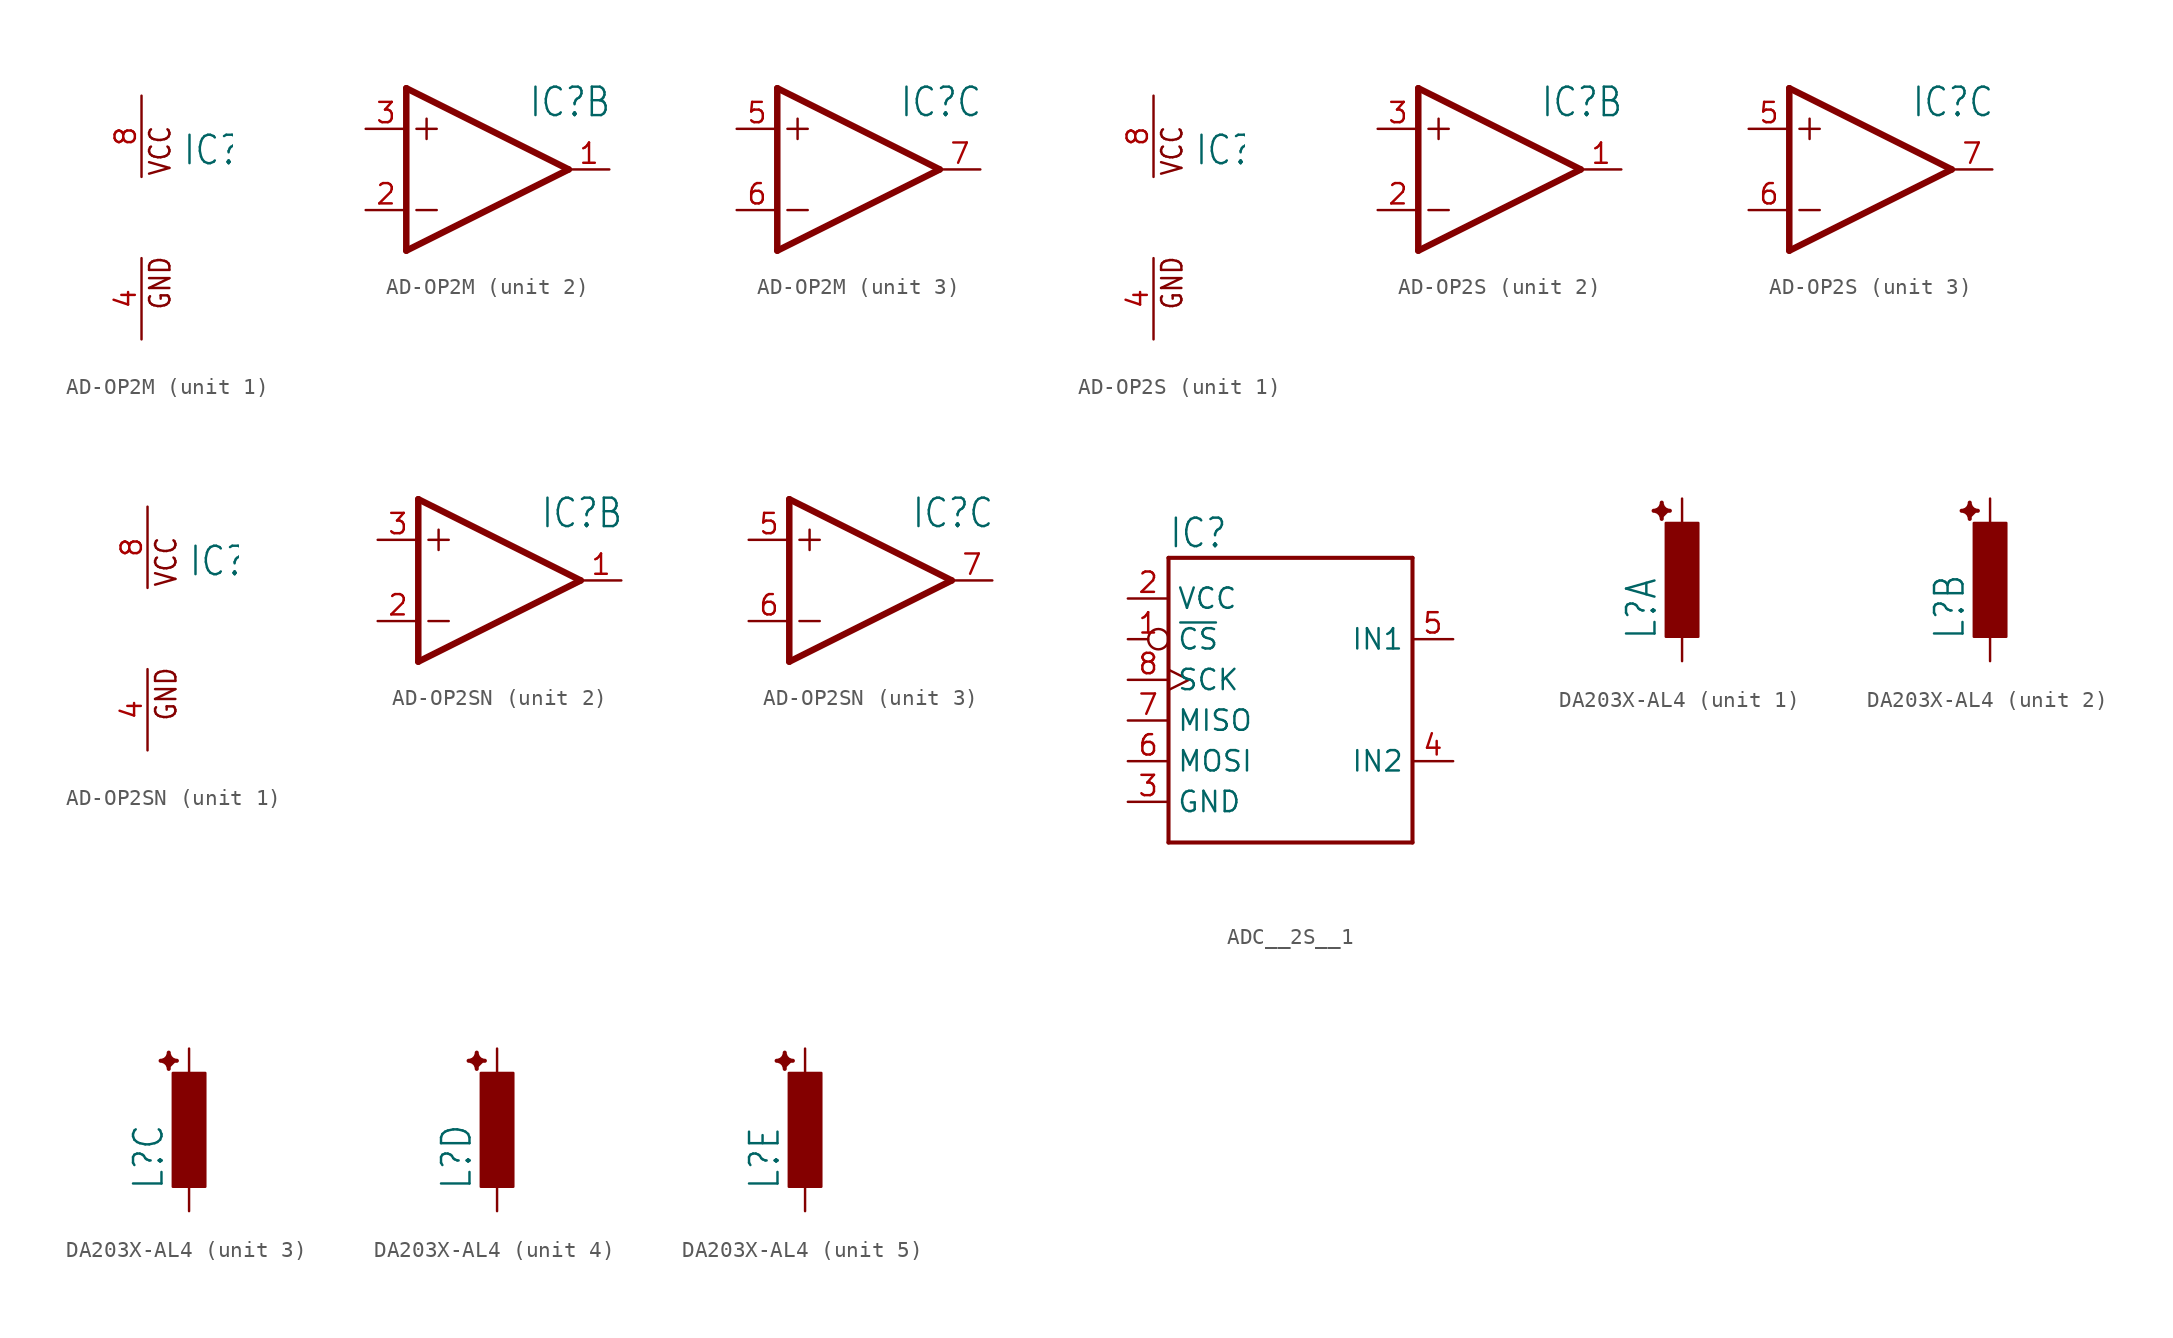
<source format=kicad_sym>
(kicad_symbol_lib
  (version 20220914)
  (generator kicad_symbol_editor)
  (symbol "AD-OP2M"
    (property "Reference" "IC"
      (at 2.54 3.175 0)
      (effects (font (size 1.778 1.511)) (justify left bottom)))
    (property "ki_locked" ""
      (at 0 0 0)
      (effects (font (size 1.27 1.27))))
    (symbol "AD-OP2M_1_0"
      (text "GND" (at 1.905 -5.842 900) (effects (font (size 1.27 1.079)) (justify left bottom)))
      (text "VCC" (at 1.905 2.54 900) (effects (font (size 1.27 1.079)) (justify left bottom)))
      (pin power_in line (at 0 -7.62 90) (length 5.08) (name "GND" (effects (font (size 0 0)))) (number "4" (effects (font (size 1.27 1.27)))))
      (pin power_in line (at 0 7.62 270) (length 5.08) (name "VCC" (effects (font (size 0 0)))) (number "8" (effects (font (size 1.27 1.27))))))
    (symbol "AD-OP2M_2_0"
      (polyline (pts (xy -5.08 -5.08) (xy 5.08 0)) (stroke (width 0.406) (type solid)) (fill (type none)))
      (polyline (pts (xy -5.08 5.08) (xy -5.08 -5.08)) (stroke (width 0.406) (type solid)) (fill (type none)))
      (polyline (pts (xy -4.445 -2.54) (xy -3.175 -2.54)) (stroke (width 0.152) (type solid)) (fill (type none)))
      (polyline (pts (xy -4.445 2.54) (xy -3.175 2.54)) (stroke (width 0.152) (type solid)) (fill (type none)))
      (polyline (pts (xy -3.81 3.175) (xy -3.81 1.905)) (stroke (width 0.152) (type solid)) (fill (type none)))
      (polyline (pts (xy 5.08 0) (xy -5.08 5.08)) (stroke (width 0.406) (type solid)) (fill (type none)))
      (pin output line (at 7.62 0 180) (length 2.54) (name "OUT" (effects (font (size 0 0)))) (number "1" (effects (font (size 1.27 1.27)))))
      (pin input line (at -7.62 -2.54 0) (length 2.54) (name "-IN" (effects (font (size 0 0)))) (number "2" (effects (font (size 1.27 1.27)))))
      (pin input line (at -7.62 2.54 0) (length 2.54) (name "+IN" (effects (font (size 0 0)))) (number "3" (effects (font (size 1.27 1.27))))))
    (symbol "AD-OP2M_3_0"
      (polyline (pts (xy -5.08 -5.08) (xy 5.08 0)) (stroke (width 0.406) (type solid)) (fill (type none)))
      (polyline (pts (xy -5.08 5.08) (xy -5.08 -5.08)) (stroke (width 0.406) (type solid)) (fill (type none)))
      (polyline (pts (xy -4.445 -2.54) (xy -3.175 -2.54)) (stroke (width 0.152) (type solid)) (fill (type none)))
      (polyline (pts (xy -4.445 2.54) (xy -3.175 2.54)) (stroke (width 0.152) (type solid)) (fill (type none)))
      (polyline (pts (xy -3.81 3.175) (xy -3.81 1.905)) (stroke (width 0.152) (type solid)) (fill (type none)))
      (polyline (pts (xy 5.08 0) (xy -5.08 5.08)) (stroke (width 0.406) (type solid)) (fill (type none)))
      (pin input line (at -7.62 2.54 0) (length 2.54) (name "+IN" (effects (font (size 0 0)))) (number "5" (effects (font (size 1.27 1.27)))))
      (pin input line (at -7.62 -2.54 0) (length 2.54) (name "-IN" (effects (font (size 0 0)))) (number "6" (effects (font (size 1.27 1.27)))))
      (pin output line (at 7.62 0 180) (length 2.54) (name "OUT" (effects (font (size 0 0)))) (number "7" (effects (font (size 1.27 1.27)))))))
  (symbol "AD-OP2S"
    (property "Reference" "IC"
      (at 2.54 3.175 0)
      (effects (font (size 1.778 1.511)) (justify left bottom)))
    (property "ki_locked" ""
      (at 0 0 0)
      (effects (font (size 1.27 1.27))))
    (symbol "AD-OP2S_1_0"
      (text "GND" (at 1.905 -5.842 900) (effects (font (size 1.27 1.079)) (justify left bottom)))
      (text "VCC" (at 1.905 2.54 900) (effects (font (size 1.27 1.079)) (justify left bottom)))
      (pin power_in line (at 0 -7.62 90) (length 5.08) (name "GND" (effects (font (size 0 0)))) (number "4" (effects (font (size 1.27 1.27)))))
      (pin power_in line (at 0 7.62 270) (length 5.08) (name "VCC" (effects (font (size 0 0)))) (number "8" (effects (font (size 1.27 1.27))))))
    (symbol "AD-OP2S_2_0"
      (polyline (pts (xy -5.08 -5.08) (xy 5.08 0)) (stroke (width 0.406) (type solid)) (fill (type none)))
      (polyline (pts (xy -5.08 5.08) (xy -5.08 -5.08)) (stroke (width 0.406) (type solid)) (fill (type none)))
      (polyline (pts (xy -4.445 -2.54) (xy -3.175 -2.54)) (stroke (width 0.152) (type solid)) (fill (type none)))
      (polyline (pts (xy -4.445 2.54) (xy -3.175 2.54)) (stroke (width 0.152) (type solid)) (fill (type none)))
      (polyline (pts (xy -3.81 3.175) (xy -3.81 1.905)) (stroke (width 0.152) (type solid)) (fill (type none)))
      (polyline (pts (xy 5.08 0) (xy -5.08 5.08)) (stroke (width 0.406) (type solid)) (fill (type none)))
      (pin output line (at 7.62 0 180) (length 2.54) (name "OUT" (effects (font (size 0 0)))) (number "1" (effects (font (size 1.27 1.27)))))
      (pin input line (at -7.62 -2.54 0) (length 2.54) (name "-IN" (effects (font (size 0 0)))) (number "2" (effects (font (size 1.27 1.27)))))
      (pin input line (at -7.62 2.54 0) (length 2.54) (name "+IN" (effects (font (size 0 0)))) (number "3" (effects (font (size 1.27 1.27))))))
    (symbol "AD-OP2S_3_0"
      (polyline (pts (xy -5.08 -5.08) (xy 5.08 0)) (stroke (width 0.406) (type solid)) (fill (type none)))
      (polyline (pts (xy -5.08 5.08) (xy -5.08 -5.08)) (stroke (width 0.406) (type solid)) (fill (type none)))
      (polyline (pts (xy -4.445 -2.54) (xy -3.175 -2.54)) (stroke (width 0.152) (type solid)) (fill (type none)))
      (polyline (pts (xy -4.445 2.54) (xy -3.175 2.54)) (stroke (width 0.152) (type solid)) (fill (type none)))
      (polyline (pts (xy -3.81 3.175) (xy -3.81 1.905)) (stroke (width 0.152) (type solid)) (fill (type none)))
      (polyline (pts (xy 5.08 0) (xy -5.08 5.08)) (stroke (width 0.406) (type solid)) (fill (type none)))
      (pin input line (at -7.62 2.54 0) (length 2.54) (name "+IN" (effects (font (size 0 0)))) (number "5" (effects (font (size 1.27 1.27)))))
      (pin input line (at -7.62 -2.54 0) (length 2.54) (name "-IN" (effects (font (size 0 0)))) (number "6" (effects (font (size 1.27 1.27)))))
      (pin output line (at 7.62 0 180) (length 2.54) (name "OUT" (effects (font (size 0 0)))) (number "7" (effects (font (size 1.27 1.27)))))))
  (symbol "AD-OP2SN"
    (property "Reference" "IC"
      (at 2.54 3.175 0)
      (effects (font (size 1.778 1.511)) (justify left bottom)))
    (property "ki_locked" ""
      (at 0 0 0)
      (effects (font (size 1.27 1.27))))
    (symbol "AD-OP2SN_1_0"
      (text "GND" (at 1.905 -5.842 900) (effects (font (size 1.27 1.079)) (justify left bottom)))
      (text "VCC" (at 1.905 2.54 900) (effects (font (size 1.27 1.079)) (justify left bottom)))
      (pin power_in line (at 0 -7.62 90) (length 5.08) (name "GND" (effects (font (size 0 0)))) (number "4" (effects (font (size 1.27 1.27)))))
      (pin power_in line (at 0 7.62 270) (length 5.08) (name "VCC" (effects (font (size 0 0)))) (number "8" (effects (font (size 1.27 1.27))))))
    (symbol "AD-OP2SN_2_0"
      (polyline (pts (xy -5.08 -5.08) (xy 5.08 0)) (stroke (width 0.406) (type solid)) (fill (type none)))
      (polyline (pts (xy -5.08 5.08) (xy -5.08 -5.08)) (stroke (width 0.406) (type solid)) (fill (type none)))
      (polyline (pts (xy -4.445 -2.54) (xy -3.175 -2.54)) (stroke (width 0.152) (type solid)) (fill (type none)))
      (polyline (pts (xy -4.445 2.54) (xy -3.175 2.54)) (stroke (width 0.152) (type solid)) (fill (type none)))
      (polyline (pts (xy -3.81 3.175) (xy -3.81 1.905)) (stroke (width 0.152) (type solid)) (fill (type none)))
      (polyline (pts (xy 5.08 0) (xy -5.08 5.08)) (stroke (width 0.406) (type solid)) (fill (type none)))
      (pin output line (at 7.62 0 180) (length 2.54) (name "OUT" (effects (font (size 0 0)))) (number "1" (effects (font (size 1.27 1.27)))))
      (pin input line (at -7.62 -2.54 0) (length 2.54) (name "-IN" (effects (font (size 0 0)))) (number "2" (effects (font (size 1.27 1.27)))))
      (pin input line (at -7.62 2.54 0) (length 2.54) (name "+IN" (effects (font (size 0 0)))) (number "3" (effects (font (size 1.27 1.27))))))
    (symbol "AD-OP2SN_3_0"
      (polyline (pts (xy -5.08 -5.08) (xy 5.08 0)) (stroke (width 0.406) (type solid)) (fill (type none)))
      (polyline (pts (xy -5.08 5.08) (xy -5.08 -5.08)) (stroke (width 0.406) (type solid)) (fill (type none)))
      (polyline (pts (xy -4.445 -2.54) (xy -3.175 -2.54)) (stroke (width 0.152) (type solid)) (fill (type none)))
      (polyline (pts (xy -4.445 2.54) (xy -3.175 2.54)) (stroke (width 0.152) (type solid)) (fill (type none)))
      (polyline (pts (xy -3.81 3.175) (xy -3.81 1.905)) (stroke (width 0.152) (type solid)) (fill (type none)))
      (polyline (pts (xy 5.08 0) (xy -5.08 5.08)) (stroke (width 0.406) (type solid)) (fill (type none)))
      (pin input line (at -7.62 2.54 0) (length 2.54) (name "+IN" (effects (font (size 0 0)))) (number "5" (effects (font (size 1.27 1.27)))))
      (pin input line (at -7.62 -2.54 0) (length 2.54) (name "-IN" (effects (font (size 0 0)))) (number "6" (effects (font (size 1.27 1.27)))))
      (pin output line (at 7.62 0 180) (length 2.54) (name "OUT" (effects (font (size 0 0)))) (number "7" (effects (font (size 1.27 1.27)))))))
  (symbol "ADC__2S__1"
    (property "Reference" "IC"
      (at -7.62 10.668 0)
      (effects (font (size 1.778 1.511)) (justify left bottom)))
    (property "Value" ""
      (at -7.62 -10.16 0)
      (effects (font (size 1.778 1.511)) (justify left bottom)))
    (property "ki_locked" ""
      (at 0 0 0)
      (effects (font (size 1.27 1.27))))
    (symbol "ADC__2S__1_1_0"
      (polyline (pts (xy -7.62 -7.62) (xy -7.62 10.16)) (stroke (width 0.254) (type solid)) (fill (type none)))
      (polyline (pts (xy -7.62 10.16) (xy 7.62 10.16)) (stroke (width 0.254) (type solid)) (fill (type none)))
      (polyline (pts (xy 7.62 -7.62) (xy -7.62 -7.62)) (stroke (width 0.254) (type solid)) (fill (type none)))
      (polyline (pts (xy 7.62 10.16) (xy 7.62 -7.62)) (stroke (width 0.254) (type solid)) (fill (type none)))
      (pin bidirectional inverted (at -10.16 5.08 0) (length 2.54) (name "~{CS}" (effects (font (size 1.27 1.27)))) (number "1" (effects (font (size 1.27 1.27)))))
      (pin power_in line (at -10.16 7.62 0) (length 2.54) (name "VCC" (effects (font (size 1.27 1.27)))) (number "2" (effects (font (size 1.27 1.27)))))
      (pin power_in line (at -10.16 -5.08 0) (length 2.54) (name "GND" (effects (font (size 1.27 1.27)))) (number "3" (effects (font (size 1.27 1.27)))))
      (pin passive line (at 10.16 -2.54 180) (length 2.54) (name "IN2" (effects (font (size 1.27 1.27)))) (number "4" (effects (font (size 1.27 1.27)))))
      (pin passive line (at 10.16 5.08 180) (length 2.54) (name "IN1" (effects (font (size 1.27 1.27)))) (number "5" (effects (font (size 1.27 1.27)))))
      (pin bidirectional line (at -10.16 -2.54 0) (length 2.54) (name "MOSI" (effects (font (size 1.27 1.27)))) (number "6" (effects (font (size 1.27 1.27)))))
      (pin bidirectional line (at -10.16 0 0) (length 2.54) (name "MISO" (effects (font (size 1.27 1.27)))) (number "7" (effects (font (size 1.27 1.27)))))
      (pin bidirectional clock (at -10.16 2.54 0) (length 2.54) (name "SCK" (effects (font (size 1.27 1.27)))) (number "8" (effects (font (size 1.27 1.27)))))))
  (symbol "DA203X-AL4"
    (property "Reference" "L"
      (at -1.499 -3.81 90)
      (effects (font (size 1.778 1.511)) (justify left bottom)))
    (property "Value" ""
      (at 3.302 -3.81 90)
      (effects (font (size 1.778 1.511)) (justify left bottom)))
    (property "ki_locked" ""
      (at 0 0 0)
      (effects (font (size 1.27 1.27))))
    (symbol "DA203X-AL4_1_0"
      (rectangle (start -1.016 -3.556) (end 1.016 3.556) (stroke (width 0) (type default)) (fill (type outline)))
      (polyline (pts (xy -1.27 3.81) (xy -1.275 3.91) (xy -1.351 4.095) (xy -1.493 4.237) (xy -1.678 4.313) (xy -1.778 4.318) (xy -1.678 4.323) (xy -1.493 4.399) (xy -1.351 4.541) (xy -1.275 4.726) (xy -1.27 4.826) (xy -1.265 4.726) (xy -1.188 4.541) (xy -1.047 4.399) (xy -0.862 4.323) (xy -0.762 4.318)) (stroke (width 0.254) (type solid)) (fill (type outline)))
      (pin passive line (at 0 5.08 270) (length 2.54) (name "1" (effects (font (size 0 0)))) (number "10" (effects (font (size 0 0)))))
      (pin passive line (at 0 -5.08 90) (length 2.54) (name "2" (effects (font (size 0 0)))) (number "3" (effects (font (size 0 0))))))
    (symbol "DA203X-AL4_2_0"
      (rectangle (start -1.016 -3.556) (end 1.016 3.556) (stroke (width 0) (type default)) (fill (type outline)))
      (polyline (pts (xy -1.27 3.81) (xy -1.275 3.91) (xy -1.351 4.095) (xy -1.493 4.237) (xy -1.678 4.313) (xy -1.778 4.318) (xy -1.678 4.323) (xy -1.493 4.399) (xy -1.351 4.541) (xy -1.275 4.726) (xy -1.27 4.826) (xy -1.265 4.726) (xy -1.188 4.541) (xy -1.047 4.399) (xy -0.862 4.323) (xy -0.762 4.318)) (stroke (width 0.254) (type solid)) (fill (type outline)))
      (pin passive line (at 0 -5.08 90) (length 2.54) (name "2" (effects (font (size 0 0)))) (number "4" (effects (font (size 0 0)))))
      (pin passive line (at 0 5.08 270) (length 2.54) (name "1" (effects (font (size 0 0)))) (number "9" (effects (font (size 0 0))))))
    (symbol "DA203X-AL4_3_0"
      (rectangle (start -1.016 -3.556) (end 1.016 3.556) (stroke (width 0) (type default)) (fill (type outline)))
      (polyline (pts (xy -1.27 3.81) (xy -1.275 3.91) (xy -1.351 4.095) (xy -1.493 4.237) (xy -1.678 4.313) (xy -1.778 4.318) (xy -1.678 4.323) (xy -1.493 4.399) (xy -1.351 4.541) (xy -1.275 4.726) (xy -1.27 4.826) (xy -1.265 4.726) (xy -1.188 4.541) (xy -1.047 4.399) (xy -0.862 4.323) (xy -0.762 4.318)) (stroke (width 0.254) (type solid)) (fill (type outline)))
      (pin passive line (at 0 -5.08 90) (length 2.54) (name "2" (effects (font (size 0 0)))) (number "5" (effects (font (size 0 0)))))
      (pin passive line (at 0 5.08 270) (length 2.54) (name "1" (effects (font (size 0 0)))) (number "8" (effects (font (size 0 0))))))
    (symbol "DA203X-AL4_4_0"
      (rectangle (start -1.016 -3.556) (end 1.016 3.556) (stroke (width 0) (type default)) (fill (type outline)))
      (polyline (pts (xy -1.27 3.81) (xy -1.275 3.91) (xy -1.351 4.095) (xy -1.493 4.237) (xy -1.678 4.313) (xy -1.778 4.318) (xy -1.678 4.323) (xy -1.493 4.399) (xy -1.351 4.541) (xy -1.275 4.726) (xy -1.27 4.826) (xy -1.265 4.726) (xy -1.188 4.541) (xy -1.047 4.399) (xy -0.862 4.323) (xy -0.762 4.318)) (stroke (width 0.254) (type solid)) (fill (type outline)))
      (pin passive line (at 0 -5.08 90) (length 2.54) (name "2" (effects (font (size 0 0)))) (number "6" (effects (font (size 0 0)))))
      (pin passive line (at 0 5.08 270) (length 2.54) (name "1" (effects (font (size 0 0)))) (number "7" (effects (font (size 0 0))))))
    (symbol "DA203X-AL4_5_0"
      (rectangle (start -1.016 -3.556) (end 1.016 3.556) (stroke (width 0) (type default)) (fill (type outline)))
      (polyline (pts (xy -1.27 3.81) (xy -1.275 3.91) (xy -1.351 4.095) (xy -1.493 4.237) (xy -1.678 4.313) (xy -1.778 4.318) (xy -1.678 4.323) (xy -1.493 4.399) (xy -1.351 4.541) (xy -1.275 4.726) (xy -1.27 4.826) (xy -1.265 4.726) (xy -1.188 4.541) (xy -1.047 4.399) (xy -0.862 4.323) (xy -0.762 4.318)) (stroke (width 0.254) (type solid)) (fill (type outline)))
      (pin passive line (at 0 5.08 270) (length 2.54) (name "1" (effects (font (size 0 0)))) (number "1" (effects (font (size 0 0)))))
      (pin passive line (at 0 -5.08 90) (length 2.54) (name "2" (effects (font (size 0 0)))) (number "12" (effects (font (size 0 0))))))))
</source>
